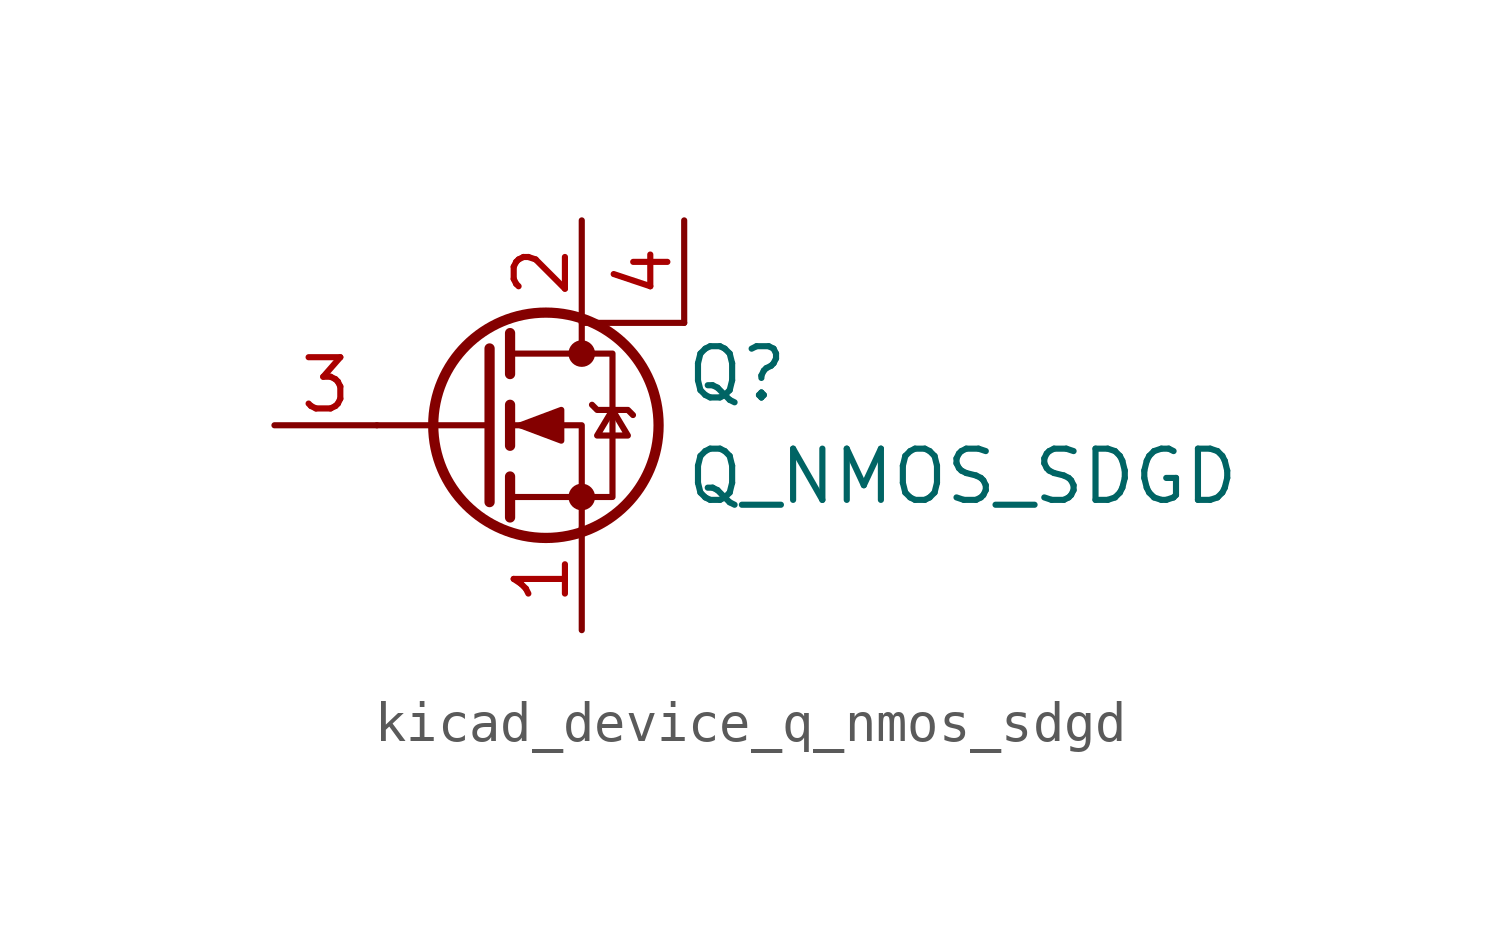
<source format=kicad_sym>
(kicad_symbol_lib
  (version 20220914)
  (generator kicad_symbol_editor)
  (symbol "kicad_device_q_nmos_sdgd"
    (pin_names
      (offset 0) hide)
    (property "Reference" "Q"
      (at 5.08 1.27 0)
      (effects (font (size 1.27 1.27)) (justify left)))
    (property "Value" "Q_NMOS_SDGD"
      (at 5.08 -1.27 0)
      (effects (font (size 1.27 1.27)) (justify left)))
    (symbol "kicad_device_q_nmos_sdgd_0_1"
      (polyline (pts (xy 0.254 0) (xy -2.54 0)) (stroke (width 0) (type default)) (fill (type none)))
      (polyline (pts (xy 0.254 1.905) (xy 0.254 -1.905)) (stroke (width 0.254) (type default)) (fill (type none)))
      (polyline (pts (xy 0.762 -1.27) (xy 0.762 -2.286)) (stroke (width 0.254) (type default)) (fill (type none)))
      (polyline (pts (xy 0.762 0.508) (xy 0.762 -0.508)) (stroke (width 0.254) (type default)) (fill (type none)))
      (polyline (pts (xy 0.762 2.286) (xy 0.762 1.27)) (stroke (width 0.254) (type default)) (fill (type none)))
      (polyline (pts (xy 2.54 -2.54) (xy 2.54 0) (xy 0.762 0)) (stroke (width 0) (type default)) (fill (type none)))
      (polyline (pts (xy 5.08 2.54) (xy 2.54 2.54) (xy 2.54 1.778)) (stroke (width 0) (type default)) (fill (type none)))
      (polyline (pts (xy 0.762 -1.778) (xy 3.302 -1.778) (xy 3.302 1.778) (xy 0.762 1.778)) (stroke (width 0) (type default)) (fill (type none)))
      (polyline (pts (xy 1.016 0) (xy 2.032 0.381) (xy 2.032 -0.381) (xy 1.016 0)) (stroke (width 0) (type default)) (fill (type outline)))
      (polyline (pts (xy 2.794 0.508) (xy 2.921 0.381) (xy 3.683 0.381) (xy 3.81 0.254)) (stroke (width 0) (type default)) (fill (type none)))
      (polyline (pts (xy 3.302 0.381) (xy 2.921 -0.254) (xy 3.683 -0.254) (xy 3.302 0.381)) (stroke (width 0) (type default)) (fill (type none)))
      (circle (center 1.651 0) (radius 2.794) (stroke (width 0.254) (type default)) (fill (type none)))
      (circle (center 2.54 -1.778) (radius 0.254) (stroke (width 0) (type default)) (fill (type outline)))
      (circle (center 2.54 1.778) (radius 0.254) (stroke (width 0) (type default)) (fill (type outline))))
    (symbol "kicad_device_q_nmos_sdgd_1_1"
      (pin passive line (at 2.54 -5.08 90) (length 2.54) (name "S" (effects (font (size 1.27 1.27)))) (number "1" (effects (font (size 1.27 1.27)))))
      (pin passive line (at 2.54 5.08 270) (length 2.54) (name "D" (effects (font (size 1.27 1.27)))) (number "2" (effects (font (size 1.27 1.27)))))
      (pin input line (at -5.08 0 0) (length 2.54) (name "G" (effects (font (size 1.27 1.27)))) (number "3" (effects (font (size 1.27 1.27)))))
      (pin passive line (at 5.08 5.08 270) (length 2.54) (name "D" (effects (font (size 1.27 1.27)))) (number "4" (effects (font (size 1.27 1.27))))))))
</source>
